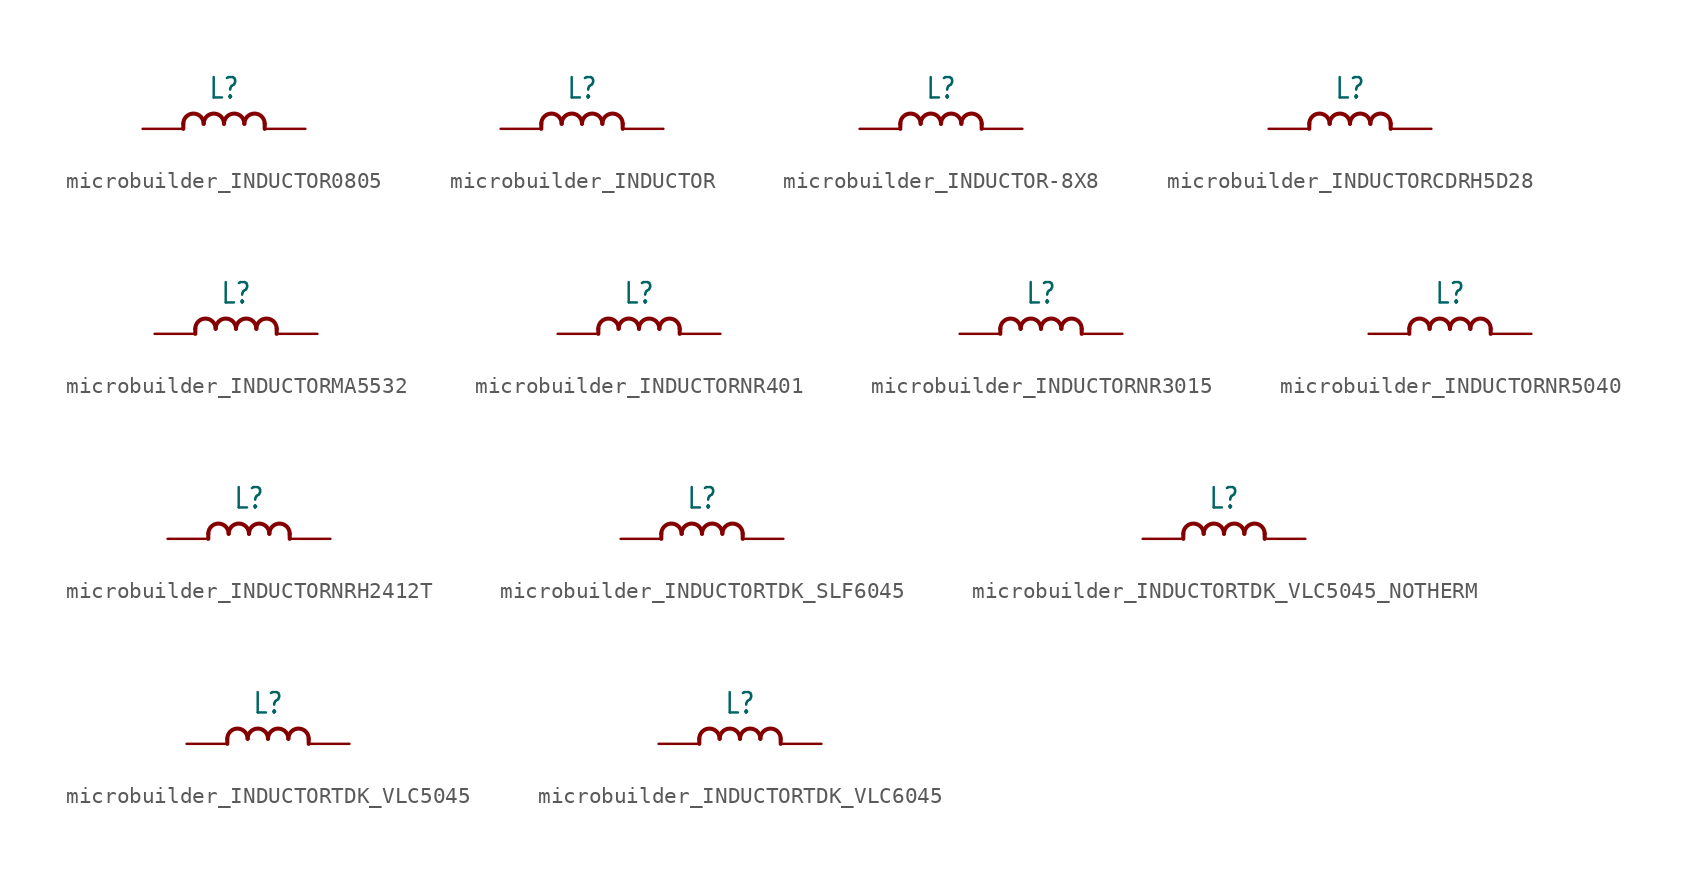
<source format=kicad_sym>
(kicad_symbol_lib
  (version 20241209)
  (generator "kicad_symbol_editor")
  (generator_version "9.0")
  (symbol "microbuilder_INDUCTOR0805"
    (property "Reference" "L"
      (at 0 2.54 0)
      (effects (font (size 1.27 1.079))))
    (property "Value" ""
      (at 0 -1.54 0)
      (effects (font (size 1.27 1.079))))
    (property "ki_locked" ""
      (at 0 0 0)
      (effects (font (size 1.27 1.27))))
    (symbol "microbuilder_INDUCTOR0805_1_0"
      (polyline (pts (xy -2.54 0.318) (xy -2.54 0)) (stroke (width 0.254) (type solid)) (fill (type none)))
      (arc (start -2.54 0.3175) (mid -1.9049 0.9524) (end -1.27 0.3173) (stroke (width 0.254) (type solid)) (fill (type none)))
      (arc (start -1.27 0.3175) (mid -0.6349 0.9524) (end 0 0.3173) (stroke (width 0.254) (type solid)) (fill (type none)))
      (arc (start 0 0.3175) (mid 0.6351 0.9524) (end 1.27 0.3173) (stroke (width 0.254) (type solid)) (fill (type none)))
      (arc (start 1.27 0.3175) (mid 1.9051 0.9524) (end 2.54 0.3173) (stroke (width 0.254) (type solid)) (fill (type none)))
      (polyline (pts (xy 2.54 0.318) (xy 2.54 0)) (stroke (width 0.254) (type solid)) (fill (type none)))
      (pin passive line (at -5.08 0 0) (length 2.54) (name "1" (effects (font (size 0 0)))) (number "1" (effects (font (size 0 0)))))
      (pin passive line (at 5.08 0 180) (length 2.54) (name "2" (effects (font (size 0 0)))) (number "2" (effects (font (size 0 0)))))))
  (symbol "microbuilder_INDUCTOR"
    (property "Reference" "L"
      (at 0 2.54 0)
      (effects (font (size 1.27 1.079))))
    (property "Value" ""
      (at 0 -1.54 0)
      (effects (font (size 1.27 1.079))))
    (property "ki_locked" ""
      (at 0 0 0)
      (effects (font (size 1.27 1.27))))
    (symbol "microbuilder_INDUCTOR_1_0"
      (polyline (pts (xy -2.54 0.318) (xy -2.54 0)) (stroke (width 0.254) (type solid)) (fill (type none)))
      (arc (start -2.54 0.3175) (mid -1.9049 0.9524) (end -1.27 0.3173) (stroke (width 0.254) (type solid)) (fill (type none)))
      (arc (start -1.27 0.3175) (mid -0.6349 0.9524) (end 0 0.3173) (stroke (width 0.254) (type solid)) (fill (type none)))
      (arc (start 0 0.3175) (mid 0.6351 0.9524) (end 1.27 0.3173) (stroke (width 0.254) (type solid)) (fill (type none)))
      (arc (start 1.27 0.3175) (mid 1.9051 0.9524) (end 2.54 0.3173) (stroke (width 0.254) (type solid)) (fill (type none)))
      (polyline (pts (xy 2.54 0.318) (xy 2.54 0)) (stroke (width 0.254) (type solid)) (fill (type none)))
      (pin passive line (at -5.08 0 0) (length 2.54) (name "1" (effects (font (size 0 0)))) (number "P$1" (effects (font (size 0 0)))))
      (pin passive line (at 5.08 0 180) (length 2.54) (name "2" (effects (font (size 0 0)))) (number "P$2" (effects (font (size 0 0)))))))
  (symbol "microbuilder_INDUCTOR-8X8"
    (property "Reference" "L"
      (at 0 2.54 0)
      (effects (font (size 1.27 1.079))))
    (property "Value" ""
      (at 0 -1.54 0)
      (effects (font (size 1.27 1.079))))
    (property "ki_locked" ""
      (at 0 0 0)
      (effects (font (size 1.27 1.27))))
    (symbol "microbuilder_INDUCTOR-8X8_1_0"
      (polyline (pts (xy -2.54 0.318) (xy -2.54 0)) (stroke (width 0.254) (type solid)) (fill (type none)))
      (arc (start -2.54 0.3175) (mid -1.9049 0.9524) (end -1.27 0.3173) (stroke (width 0.254) (type solid)) (fill (type none)))
      (arc (start -1.27 0.3175) (mid -0.6349 0.9524) (end 0 0.3173) (stroke (width 0.254) (type solid)) (fill (type none)))
      (arc (start 0 0.3175) (mid 0.6351 0.9524) (end 1.27 0.3173) (stroke (width 0.254) (type solid)) (fill (type none)))
      (arc (start 1.27 0.3175) (mid 1.9051 0.9524) (end 2.54 0.3173) (stroke (width 0.254) (type solid)) (fill (type none)))
      (polyline (pts (xy 2.54 0.318) (xy 2.54 0)) (stroke (width 0.254) (type solid)) (fill (type none)))
      (pin passive line (at -5.08 0 0) (length 2.54) (name "1" (effects (font (size 0 0)))) (number "P$1" (effects (font (size 0 0)))))
      (pin passive line (at 5.08 0 180) (length 2.54) (name "2" (effects (font (size 0 0)))) (number "P$2" (effects (font (size 0 0)))))))
  (symbol "microbuilder_INDUCTORCDRH5D28"
    (property "Reference" "L"
      (at 0 2.54 0)
      (effects (font (size 1.27 1.079))))
    (property "Value" ""
      (at 0 -1.54 0)
      (effects (font (size 1.27 1.079))))
    (property "ki_locked" ""
      (at 0 0 0)
      (effects (font (size 1.27 1.27))))
    (symbol "microbuilder_INDUCTORCDRH5D28_1_0"
      (polyline (pts (xy -2.54 0.318) (xy -2.54 0)) (stroke (width 0.254) (type solid)) (fill (type none)))
      (arc (start -2.54 0.3175) (mid -1.9049 0.9524) (end -1.27 0.3173) (stroke (width 0.254) (type solid)) (fill (type none)))
      (arc (start -1.27 0.3175) (mid -0.6349 0.9524) (end 0 0.3173) (stroke (width 0.254) (type solid)) (fill (type none)))
      (arc (start 0 0.3175) (mid 0.6351 0.9524) (end 1.27 0.3173) (stroke (width 0.254) (type solid)) (fill (type none)))
      (arc (start 1.27 0.3175) (mid 1.9051 0.9524) (end 2.54 0.3173) (stroke (width 0.254) (type solid)) (fill (type none)))
      (polyline (pts (xy 2.54 0.318) (xy 2.54 0)) (stroke (width 0.254) (type solid)) (fill (type none)))
      (pin passive line (at -5.08 0 0) (length 2.54) (name "1" (effects (font (size 0 0)))) (number "P$1" (effects (font (size 0 0)))))
      (pin passive line (at 5.08 0 180) (length 2.54) (name "2" (effects (font (size 0 0)))) (number "P$2" (effects (font (size 0 0)))))))
  (symbol "microbuilder_INDUCTORMA5532"
    (property "Reference" "L"
      (at 0 2.54 0)
      (effects (font (size 1.27 1.079))))
    (property "Value" ""
      (at 0 -1.54 0)
      (effects (font (size 1.27 1.079))))
    (property "ki_locked" ""
      (at 0 0 0)
      (effects (font (size 1.27 1.27))))
    (symbol "microbuilder_INDUCTORMA5532_1_0"
      (polyline (pts (xy -2.54 0.318) (xy -2.54 0)) (stroke (width 0.254) (type solid)) (fill (type none)))
      (arc (start -2.54 0.3175) (mid -1.9049 0.9524) (end -1.27 0.3173) (stroke (width 0.254) (type solid)) (fill (type none)))
      (arc (start -1.27 0.3175) (mid -0.6349 0.9524) (end 0 0.3173) (stroke (width 0.254) (type solid)) (fill (type none)))
      (arc (start 0 0.3175) (mid 0.6351 0.9524) (end 1.27 0.3173) (stroke (width 0.254) (type solid)) (fill (type none)))
      (arc (start 1.27 0.3175) (mid 1.9051 0.9524) (end 2.54 0.3173) (stroke (width 0.254) (type solid)) (fill (type none)))
      (polyline (pts (xy 2.54 0.318) (xy 2.54 0)) (stroke (width 0.254) (type solid)) (fill (type none)))
      (pin passive line (at -5.08 0 0) (length 2.54) (name "1" (effects (font (size 0 0)))) (number "1" (effects (font (size 0 0)))))
      (pin passive line (at 5.08 0 180) (length 2.54) (name "2" (effects (font (size 0 0)))) (number "2" (effects (font (size 0 0)))))))
  (symbol "microbuilder_INDUCTORNR401"
    (property "Reference" "L"
      (at 0 2.54 0)
      (effects (font (size 1.27 1.079))))
    (property "Value" ""
      (at 0 -1.54 0)
      (effects (font (size 1.27 1.079))))
    (property "ki_locked" ""
      (at 0 0 0)
      (effects (font (size 1.27 1.27))))
    (symbol "microbuilder_INDUCTORNR401_1_0"
      (polyline (pts (xy -2.54 0.318) (xy -2.54 0)) (stroke (width 0.254) (type solid)) (fill (type none)))
      (arc (start -2.54 0.3175) (mid -1.9049 0.9524) (end -1.27 0.3173) (stroke (width 0.254) (type solid)) (fill (type none)))
      (arc (start -1.27 0.3175) (mid -0.6349 0.9524) (end 0 0.3173) (stroke (width 0.254) (type solid)) (fill (type none)))
      (arc (start 0 0.3175) (mid 0.6351 0.9524) (end 1.27 0.3173) (stroke (width 0.254) (type solid)) (fill (type none)))
      (arc (start 1.27 0.3175) (mid 1.9051 0.9524) (end 2.54 0.3173) (stroke (width 0.254) (type solid)) (fill (type none)))
      (polyline (pts (xy 2.54 0.318) (xy 2.54 0)) (stroke (width 0.254) (type solid)) (fill (type none)))
      (pin passive line (at -5.08 0 0) (length 2.54) (name "1" (effects (font (size 0 0)))) (number "P$1" (effects (font (size 0 0)))))
      (pin passive line (at 5.08 0 180) (length 2.54) (name "2" (effects (font (size 0 0)))) (number "P$2" (effects (font (size 0 0)))))))
  (symbol "microbuilder_INDUCTORNR3015"
    (property "Reference" "L"
      (at 0 2.54 0)
      (effects (font (size 1.27 1.079))))
    (property "Value" ""
      (at 0 -1.54 0)
      (effects (font (size 1.27 1.079))))
    (property "ki_locked" ""
      (at 0 0 0)
      (effects (font (size 1.27 1.27))))
    (symbol "microbuilder_INDUCTORNR3015_1_0"
      (polyline (pts (xy -2.54 0.318) (xy -2.54 0)) (stroke (width 0.254) (type solid)) (fill (type none)))
      (arc (start -2.54 0.3175) (mid -1.9049 0.9524) (end -1.27 0.3173) (stroke (width 0.254) (type solid)) (fill (type none)))
      (arc (start -1.27 0.3175) (mid -0.6349 0.9524) (end 0 0.3173) (stroke (width 0.254) (type solid)) (fill (type none)))
      (arc (start 0 0.3175) (mid 0.6351 0.9524) (end 1.27 0.3173) (stroke (width 0.254) (type solid)) (fill (type none)))
      (arc (start 1.27 0.3175) (mid 1.9051 0.9524) (end 2.54 0.3173) (stroke (width 0.254) (type solid)) (fill (type none)))
      (polyline (pts (xy 2.54 0.318) (xy 2.54 0)) (stroke (width 0.254) (type solid)) (fill (type none)))
      (pin passive line (at -5.08 0 0) (length 2.54) (name "1" (effects (font (size 0 0)))) (number "P$1" (effects (font (size 0 0)))))
      (pin passive line (at 5.08 0 180) (length 2.54) (name "2" (effects (font (size 0 0)))) (number "P$2" (effects (font (size 0 0)))))))
  (symbol "microbuilder_INDUCTORNR5040"
    (property "Reference" "L"
      (at 0 2.54 0)
      (effects (font (size 1.27 1.079))))
    (property "Value" ""
      (at 0 -1.54 0)
      (effects (font (size 1.27 1.079))))
    (property "ki_locked" ""
      (at 0 0 0)
      (effects (font (size 1.27 1.27))))
    (symbol "microbuilder_INDUCTORNR5040_1_0"
      (polyline (pts (xy -2.54 0.318) (xy -2.54 0)) (stroke (width 0.254) (type solid)) (fill (type none)))
      (arc (start -2.54 0.3175) (mid -1.9049 0.9524) (end -1.27 0.3173) (stroke (width 0.254) (type solid)) (fill (type none)))
      (arc (start -1.27 0.3175) (mid -0.6349 0.9524) (end 0 0.3173) (stroke (width 0.254) (type solid)) (fill (type none)))
      (arc (start 0 0.3175) (mid 0.6351 0.9524) (end 1.27 0.3173) (stroke (width 0.254) (type solid)) (fill (type none)))
      (arc (start 1.27 0.3175) (mid 1.9051 0.9524) (end 2.54 0.3173) (stroke (width 0.254) (type solid)) (fill (type none)))
      (polyline (pts (xy 2.54 0.318) (xy 2.54 0)) (stroke (width 0.254) (type solid)) (fill (type none)))
      (pin passive line (at -5.08 0 0) (length 2.54) (name "1" (effects (font (size 0 0)))) (number "P$1" (effects (font (size 0 0)))))
      (pin passive line (at 5.08 0 180) (length 2.54) (name "2" (effects (font (size 0 0)))) (number "P$2" (effects (font (size 0 0)))))))
  (symbol "microbuilder_INDUCTORNRH2412T"
    (property "Reference" "L"
      (at 0 2.54 0)
      (effects (font (size 1.27 1.079))))
    (property "Value" ""
      (at 0 -1.54 0)
      (effects (font (size 1.27 1.079))))
    (property "ki_locked" ""
      (at 0 0 0)
      (effects (font (size 1.27 1.27))))
    (symbol "microbuilder_INDUCTORNRH2412T_1_0"
      (polyline (pts (xy -2.54 0.318) (xy -2.54 0)) (stroke (width 0.254) (type solid)) (fill (type none)))
      (arc (start -2.54 0.3175) (mid -1.9049 0.9524) (end -1.27 0.3173) (stroke (width 0.254) (type solid)) (fill (type none)))
      (arc (start -1.27 0.3175) (mid -0.6349 0.9524) (end 0 0.3173) (stroke (width 0.254) (type solid)) (fill (type none)))
      (arc (start 0 0.3175) (mid 0.6351 0.9524) (end 1.27 0.3173) (stroke (width 0.254) (type solid)) (fill (type none)))
      (arc (start 1.27 0.3175) (mid 1.9051 0.9524) (end 2.54 0.3173) (stroke (width 0.254) (type solid)) (fill (type none)))
      (polyline (pts (xy 2.54 0.318) (xy 2.54 0)) (stroke (width 0.254) (type solid)) (fill (type none)))
      (pin passive line (at -5.08 0 0) (length 2.54) (name "1" (effects (font (size 0 0)))) (number "1" (effects (font (size 0 0)))))
      (pin passive line (at 5.08 0 180) (length 2.54) (name "2" (effects (font (size 0 0)))) (number "2" (effects (font (size 0 0)))))))
  (symbol "microbuilder_INDUCTORTDK_SLF6045"
    (property "Reference" "L"
      (at 0 2.54 0)
      (effects (font (size 1.27 1.079))))
    (property "Value" ""
      (at 0 -1.54 0)
      (effects (font (size 1.27 1.079))))
    (property "ki_locked" ""
      (at 0 0 0)
      (effects (font (size 1.27 1.27))))
    (symbol "microbuilder_INDUCTORTDK_SLF6045_1_0"
      (polyline (pts (xy -2.54 0.318) (xy -2.54 0)) (stroke (width 0.254) (type solid)) (fill (type none)))
      (arc (start -2.54 0.3175) (mid -1.9049 0.9524) (end -1.27 0.3173) (stroke (width 0.254) (type solid)) (fill (type none)))
      (arc (start -1.27 0.3175) (mid -0.6349 0.9524) (end 0 0.3173) (stroke (width 0.254) (type solid)) (fill (type none)))
      (arc (start 0 0.3175) (mid 0.6351 0.9524) (end 1.27 0.3173) (stroke (width 0.254) (type solid)) (fill (type none)))
      (arc (start 1.27 0.3175) (mid 1.9051 0.9524) (end 2.54 0.3173) (stroke (width 0.254) (type solid)) (fill (type none)))
      (polyline (pts (xy 2.54 0.318) (xy 2.54 0)) (stroke (width 0.254) (type solid)) (fill (type none)))
      (pin passive line (at -5.08 0 0) (length 2.54) (name "1" (effects (font (size 0 0)))) (number "P$1" (effects (font (size 0 0)))))
      (pin passive line (at 5.08 0 180) (length 2.54) (name "2" (effects (font (size 0 0)))) (number "P$2" (effects (font (size 0 0)))))))
  (symbol "microbuilder_INDUCTORTDK_VLC5045_NOTHERM"
    (property "Reference" "L"
      (at 0 2.54 0)
      (effects (font (size 1.27 1.079))))
    (property "Value" ""
      (at 0 -1.54 0)
      (effects (font (size 1.27 1.079))))
    (property "ki_locked" ""
      (at 0 0 0)
      (effects (font (size 1.27 1.27))))
    (symbol "microbuilder_INDUCTORTDK_VLC5045_NOTHERM_1_0"
      (polyline (pts (xy -2.54 0.318) (xy -2.54 0)) (stroke (width 0.254) (type solid)) (fill (type none)))
      (arc (start -2.54 0.3175) (mid -1.9049 0.9524) (end -1.27 0.3173) (stroke (width 0.254) (type solid)) (fill (type none)))
      (arc (start -1.27 0.3175) (mid -0.6349 0.9524) (end 0 0.3173) (stroke (width 0.254) (type solid)) (fill (type none)))
      (arc (start 0 0.3175) (mid 0.6351 0.9524) (end 1.27 0.3173) (stroke (width 0.254) (type solid)) (fill (type none)))
      (arc (start 1.27 0.3175) (mid 1.9051 0.9524) (end 2.54 0.3173) (stroke (width 0.254) (type solid)) (fill (type none)))
      (polyline (pts (xy 2.54 0.318) (xy 2.54 0)) (stroke (width 0.254) (type solid)) (fill (type none)))
      (pin passive line (at -5.08 0 0) (length 2.54) (name "1" (effects (font (size 0 0)))) (number "P$1" (effects (font (size 0 0)))))
      (pin passive line (at 5.08 0 180) (length 2.54) (name "2" (effects (font (size 0 0)))) (number "P$2" (effects (font (size 0 0)))))))
  (symbol "microbuilder_INDUCTORTDK_VLC5045"
    (property "Reference" "L"
      (at 0 2.54 0)
      (effects (font (size 1.27 1.079))))
    (property "Value" ""
      (at 0 -1.54 0)
      (effects (font (size 1.27 1.079))))
    (property "ki_locked" ""
      (at 0 0 0)
      (effects (font (size 1.27 1.27))))
    (symbol "microbuilder_INDUCTORTDK_VLC5045_1_0"
      (polyline (pts (xy -2.54 0.318) (xy -2.54 0)) (stroke (width 0.254) (type solid)) (fill (type none)))
      (arc (start -2.54 0.3175) (mid -1.9049 0.9524) (end -1.27 0.3173) (stroke (width 0.254) (type solid)) (fill (type none)))
      (arc (start -1.27 0.3175) (mid -0.6349 0.9524) (end 0 0.3173) (stroke (width 0.254) (type solid)) (fill (type none)))
      (arc (start 0 0.3175) (mid 0.6351 0.9524) (end 1.27 0.3173) (stroke (width 0.254) (type solid)) (fill (type none)))
      (arc (start 1.27 0.3175) (mid 1.9051 0.9524) (end 2.54 0.3173) (stroke (width 0.254) (type solid)) (fill (type none)))
      (polyline (pts (xy 2.54 0.318) (xy 2.54 0)) (stroke (width 0.254) (type solid)) (fill (type none)))
      (pin passive line (at -5.08 0 0) (length 2.54) (name "1" (effects (font (size 0 0)))) (number "P$1" (effects (font (size 0 0)))))
      (pin passive line (at 5.08 0 180) (length 2.54) (name "2" (effects (font (size 0 0)))) (number "P$2" (effects (font (size 0 0)))))))
  (symbol "microbuilder_INDUCTORTDK_VLC6045"
    (property "Reference" "L"
      (at 0 2.54 0)
      (effects (font (size 1.27 1.079))))
    (property "Value" ""
      (at 0 -1.54 0)
      (effects (font (size 1.27 1.079))))
    (property "ki_locked" ""
      (at 0 0 0)
      (effects (font (size 1.27 1.27))))
    (symbol "microbuilder_INDUCTORTDK_VLC6045_1_0"
      (polyline (pts (xy -2.54 0.318) (xy -2.54 0)) (stroke (width 0.254) (type solid)) (fill (type none)))
      (arc (start -2.54 0.3175) (mid -1.9049 0.9524) (end -1.27 0.3173) (stroke (width 0.254) (type solid)) (fill (type none)))
      (arc (start -1.27 0.3175) (mid -0.6349 0.9524) (end 0 0.3173) (stroke (width 0.254) (type solid)) (fill (type none)))
      (arc (start 0 0.3175) (mid 0.6351 0.9524) (end 1.27 0.3173) (stroke (width 0.254) (type solid)) (fill (type none)))
      (arc (start 1.27 0.3175) (mid 1.9051 0.9524) (end 2.54 0.3173) (stroke (width 0.254) (type solid)) (fill (type none)))
      (polyline (pts (xy 2.54 0.318) (xy 2.54 0)) (stroke (width 0.254) (type solid)) (fill (type none)))
      (pin passive line (at -5.08 0 0) (length 2.54) (name "1" (effects (font (size 0 0)))) (number "P$1" (effects (font (size 0 0)))))
      (pin passive line (at 5.08 0 180) (length 2.54) (name "2" (effects (font (size 0 0)))) (number "P$2" (effects (font (size 0 0))))))))
</source>
